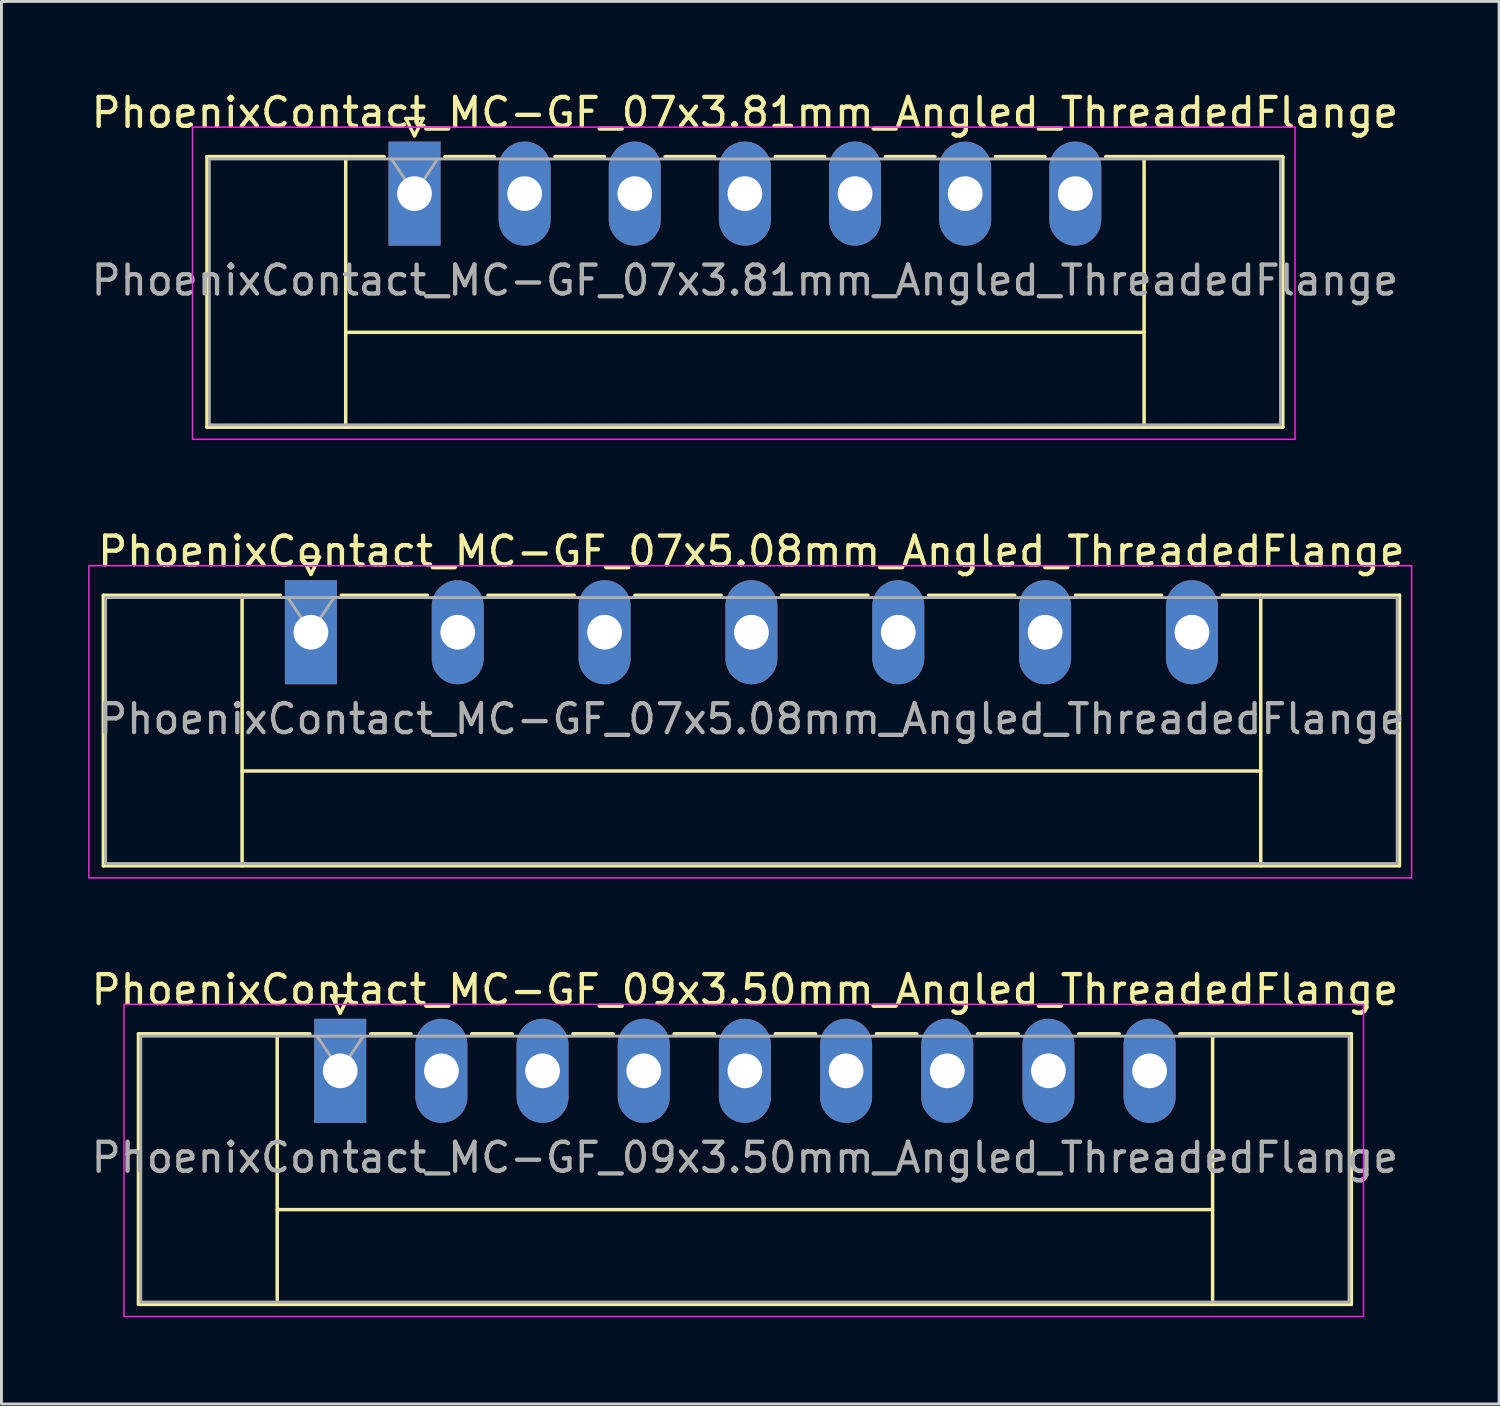
<source format=kicad_pcb>
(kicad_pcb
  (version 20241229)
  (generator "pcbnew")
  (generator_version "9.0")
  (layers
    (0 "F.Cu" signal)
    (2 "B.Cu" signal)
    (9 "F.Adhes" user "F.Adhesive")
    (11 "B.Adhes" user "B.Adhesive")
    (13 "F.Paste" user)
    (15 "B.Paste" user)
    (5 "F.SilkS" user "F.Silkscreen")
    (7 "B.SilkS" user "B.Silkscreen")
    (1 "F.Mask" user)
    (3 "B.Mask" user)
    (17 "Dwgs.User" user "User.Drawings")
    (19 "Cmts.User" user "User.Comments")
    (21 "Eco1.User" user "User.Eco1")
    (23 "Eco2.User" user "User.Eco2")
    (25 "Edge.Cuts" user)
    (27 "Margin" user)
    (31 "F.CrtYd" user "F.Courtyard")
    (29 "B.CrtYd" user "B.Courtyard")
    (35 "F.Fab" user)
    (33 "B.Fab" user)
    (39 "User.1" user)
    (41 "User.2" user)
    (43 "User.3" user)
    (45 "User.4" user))
  (footprint "PhoenixContact_MC-GF_07x3.81mm_Angled_ThreadedFlange"
    (layer "F.Cu")
    (at 11.29 3.648)
    (property "Reference" "PhoenixContact_MC-GF_07x3.81mm_Angled_ThreadedFlange" (at 11.43 -2.8 0) (layer "F.SilkS") (effects (font (size 1 1) (thickness 0.15))))
    (attr through_hole)
    (fp_line (start -7.18 -1.28) (end -7.18 8.08) (stroke (width 0.12) (type solid)) (layer "F.SilkS"))
    (fp_line (start -7.18 -1.28) (end -1.05 -1.28) (stroke (width 0.12) (type solid)) (layer "F.SilkS"))
    (fp_line (start -7.18 8.08) (end 30.04 8.08) (stroke (width 0.12) (type solid)) (layer "F.SilkS"))
    (fp_line (start -2.38 -1.28) (end -2.38 8.08) (stroke (width 0.12) (type solid)) (layer "F.SilkS"))
    (fp_line (start -2.38 4.8) (end 25.24 4.8) (stroke (width 0.12) (type solid)) (layer "F.SilkS"))
    (fp_line (start -0.3 -2.6) (end 0.3 -2.6) (stroke (width 0.12) (type solid)) (layer "F.SilkS"))
    (fp_line (start 0 -2) (end -0.3 -2.6) (stroke (width 0.12) (type solid)) (layer "F.SilkS"))
    (fp_line (start 0.3 -2.6) (end 0 -2) (stroke (width 0.12) (type solid)) (layer "F.SilkS"))
    (fp_line (start 1.05 -1.28) (end 2.76 -1.28) (stroke (width 0.12) (type solid)) (layer "F.SilkS"))
    (fp_line (start 4.86 -1.28) (end 6.57 -1.28) (stroke (width 0.12) (type solid)) (layer "F.SilkS"))
    (fp_line (start 8.67 -1.28) (end 10.38 -1.28) (stroke (width 0.12) (type solid)) (layer "F.SilkS"))
    (fp_line (start 12.48 -1.28) (end 14.19 -1.28) (stroke (width 0.12) (type solid)) (layer "F.SilkS"))
    (fp_line (start 16.29 -1.28) (end 18 -1.28) (stroke (width 0.12) (type solid)) (layer "F.SilkS"))
    (fp_line (start 20.1 -1.28) (end 21.81 -1.28) (stroke (width 0.12) (type solid)) (layer "F.SilkS"))
    (fp_line (start 25.24 -1.28) (end 25.24 8.08) (stroke (width 0.12) (type solid)) (layer "F.SilkS"))
    (fp_line (start 30.04 -1.28) (end 23.91 -1.28) (stroke (width 0.12) (type solid)) (layer "F.SilkS"))
    (fp_line (start 30.04 8.08) (end 30.04 -1.28) (stroke (width 0.12) (type solid)) (layer "F.SilkS"))
    (fp_line (start -7.68 -2.3) (end -7.68 8.5) (stroke (width 0.05) (type solid)) (layer "F.CrtYd"))
    (fp_line (start -7.68 8.5) (end 30.46 8.5) (stroke (width 0.05) (type solid)) (layer "F.CrtYd"))
    (fp_line (start 30.46 -2.3) (end -7.68 -2.3) (stroke (width 0.05) (type solid)) (layer "F.CrtYd"))
    (fp_line (start 30.46 8.5) (end 30.46 -2.3) (stroke (width 0.05) (type solid)) (layer "F.CrtYd"))
    (fp_line (start -7.1 -1.2) (end -7.1 8) (stroke (width 0.1) (type solid)) (layer "F.Fab"))
    (fp_line (start -7.1 8) (end 29.96 8) (stroke (width 0.1) (type solid)) (layer "F.Fab"))
    (fp_line (start 0 0) (end -0.8 -1.2) (stroke (width 0.1) (type solid)) (layer "F.Fab"))
    (fp_line (start 0.8 -1.2) (end 0 0) (stroke (width 0.1) (type solid)) (layer "F.Fab"))
    (fp_line (start 29.96 -1.2) (end -7.1 -1.2) (stroke (width 0.1) (type solid)) (layer "F.Fab"))
    (fp_line (start 29.96 8) (end 29.96 -1.2) (stroke (width 0.1) (type solid)) (layer "F.Fab"))
    (fp_text user "${REFERENCE}" (at 11.43 3 0) (layer "F.Fab") (effects (font (size 1 1) (thickness 0.15))))
    (pad "1" thru_hole rect (at 0 0) (size 1.8 3.6) (drill 1.2) (layers "*.Cu" "*.Mask"))
    (pad "2" thru_hole oval (at 3.81 0) (size 1.8 3.6) (drill 1.2) (layers "*.Cu" "*.Mask"))
    (pad "3" thru_hole oval (at 7.62 0) (size 1.8 3.6) (drill 1.2) (layers "*.Cu" "*.Mask"))
    (pad "4" thru_hole oval (at 11.43 0) (size 1.8 3.6) (drill 1.2) (layers "*.Cu" "*.Mask"))
    (pad "5" thru_hole oval (at 15.24 0) (size 1.8 3.6) (drill 1.2) (layers "*.Cu" "*.Mask"))
    (pad "6" thru_hole oval (at 19.05 0) (size 1.8 3.6) (drill 1.2) (layers "*.Cu" "*.Mask"))
    (pad "7" thru_hole oval (at 22.86 0) (size 1.8 3.6) (drill 1.2) (layers "*.Cu" "*.Mask")))
  (footprint "PhoenixContact_MC-GF_09x3.50mm_Angled_ThreadedFlange"
    (layer "F.Cu")
    (at 8.72 33.995)
    (property "Reference" "PhoenixContact_MC-GF_09x3.50mm_Angled_ThreadedFlange" (at 14 -2.8 0) (layer "F.SilkS") (effects (font (size 1 1) (thickness 0.15))))
    (attr through_hole)
    (fp_line (start -6.98 -1.28) (end -6.98 8.08) (stroke (width 0.12) (type solid)) (layer "F.SilkS"))
    (fp_line (start -6.98 -1.28) (end -1.05 -1.28) (stroke (width 0.12) (type solid)) (layer "F.SilkS"))
    (fp_line (start -6.98 8.08) (end 34.98 8.08) (stroke (width 0.12) (type solid)) (layer "F.SilkS"))
    (fp_line (start -2.18 -1.28) (end -2.18 8.08) (stroke (width 0.12) (type solid)) (layer "F.SilkS"))
    (fp_line (start -2.18 4.8) (end 30.18 4.8) (stroke (width 0.12) (type solid)) (layer "F.SilkS"))
    (fp_line (start -0.3 -2.6) (end 0.3 -2.6) (stroke (width 0.12) (type solid)) (layer "F.SilkS"))
    (fp_line (start 0 -2) (end -0.3 -2.6) (stroke (width 0.12) (type solid)) (layer "F.SilkS"))
    (fp_line (start 0.3 -2.6) (end 0 -2) (stroke (width 0.12) (type solid)) (layer "F.SilkS"))
    (fp_line (start 1.05 -1.28) (end 2.45 -1.28) (stroke (width 0.12) (type solid)) (layer "F.SilkS"))
    (fp_line (start 4.55 -1.28) (end 5.95 -1.28) (stroke (width 0.12) (type solid)) (layer "F.SilkS"))
    (fp_line (start 8.05 -1.28) (end 9.45 -1.28) (stroke (width 0.12) (type solid)) (layer "F.SilkS"))
    (fp_line (start 11.55 -1.28) (end 12.95 -1.28) (stroke (width 0.12) (type solid)) (layer "F.SilkS"))
    (fp_line (start 15.05 -1.28) (end 16.45 -1.28) (stroke (width 0.12) (type solid)) (layer "F.SilkS"))
    (fp_line (start 18.55 -1.28) (end 19.95 -1.28) (stroke (width 0.12) (type solid)) (layer "F.SilkS"))
    (fp_line (start 22.05 -1.28) (end 23.45 -1.28) (stroke (width 0.12) (type solid)) (layer "F.SilkS"))
    (fp_line (start 25.55 -1.28) (end 26.95 -1.28) (stroke (width 0.12) (type solid)) (layer "F.SilkS"))
    (fp_line (start 30.18 -1.28) (end 30.18 8.08) (stroke (width 0.12) (type solid)) (layer "F.SilkS"))
    (fp_line (start 34.98 -1.28) (end 29.05 -1.28) (stroke (width 0.12) (type solid)) (layer "F.SilkS"))
    (fp_line (start 34.98 8.08) (end 34.98 -1.28) (stroke (width 0.12) (type solid)) (layer "F.SilkS"))
    (fp_line (start -7.48 -2.3) (end -7.48 8.5) (stroke (width 0.05) (type solid)) (layer "F.CrtYd"))
    (fp_line (start -7.48 8.5) (end 35.4 8.5) (stroke (width 0.05) (type solid)) (layer "F.CrtYd"))
    (fp_line (start 35.4 -2.3) (end -7.48 -2.3) (stroke (width 0.05) (type solid)) (layer "F.CrtYd"))
    (fp_line (start 35.4 8.5) (end 35.4 -2.3) (stroke (width 0.05) (type solid)) (layer "F.CrtYd"))
    (fp_line (start -6.9 -1.2) (end -6.9 8) (stroke (width 0.1) (type solid)) (layer "F.Fab"))
    (fp_line (start -6.9 8) (end 34.9 8) (stroke (width 0.1) (type solid)) (layer "F.Fab"))
    (fp_line (start 0 0) (end -0.8 -1.2) (stroke (width 0.1) (type solid)) (layer "F.Fab"))
    (fp_line (start 0.8 -1.2) (end 0 0) (stroke (width 0.1) (type solid)) (layer "F.Fab"))
    (fp_line (start 34.9 -1.2) (end -6.9 -1.2) (stroke (width 0.1) (type solid)) (layer "F.Fab"))
    (fp_line (start 34.9 8) (end 34.9 -1.2) (stroke (width 0.1) (type solid)) (layer "F.Fab"))
    (fp_text user "${REFERENCE}" (at 14 3 0) (layer "F.Fab") (effects (font (size 1 1) (thickness 0.15))))
    (pad "1" thru_hole rect (at 0 0) (size 1.8 3.6) (drill 1.2) (layers "*.Cu" "*.Mask"))
    (pad "2" thru_hole oval (at 3.5 0) (size 1.8 3.6) (drill 1.2) (layers "*.Cu" "*.Mask"))
    (pad "3" thru_hole oval (at 7 0) (size 1.8 3.6) (drill 1.2) (layers "*.Cu" "*.Mask"))
    (pad "4" thru_hole oval (at 10.5 0) (size 1.8 3.6) (drill 1.2) (layers "*.Cu" "*.Mask"))
    (pad "5" thru_hole oval (at 14 0) (size 1.8 3.6) (drill 1.2) (layers "*.Cu" "*.Mask"))
    (pad "6" thru_hole oval (at 17.5 0) (size 1.8 3.6) (drill 1.2) (layers "*.Cu" "*.Mask"))
    (pad "7" thru_hole oval (at 21 0) (size 1.8 3.6) (drill 1.2) (layers "*.Cu" "*.Mask"))
    (pad "8" thru_hole oval (at 24.5 0) (size 1.8 3.6) (drill 1.2) (layers "*.Cu" "*.Mask"))
    (pad "9" thru_hole oval (at 28 0) (size 1.8 3.6) (drill 1.2) (layers "*.Cu" "*.Mask")))
  (footprint "PhoenixContact_MC-GF_07x5.08mm_Angled_ThreadedFlange"
    (layer "F.Cu")
    (at 7.705 18.822)
    (property "Reference" "PhoenixContact_MC-GF_07x5.08mm_Angled_ThreadedFlange" (at 15.24 -2.8 0) (layer "F.SilkS") (effects (font (size 1 1) (thickness 0.15))))
    (attr through_hole)
    (fp_line (start -7.18 -1.28) (end -7.18 8.08) (stroke (width 0.12) (type solid)) (layer "F.SilkS"))
    (fp_line (start -7.18 -1.28) (end -1.05 -1.28) (stroke (width 0.12) (type solid)) (layer "F.SilkS"))
    (fp_line (start -7.18 8.08) (end 37.66 8.08) (stroke (width 0.12) (type solid)) (layer "F.SilkS"))
    (fp_line (start -2.38 -1.28) (end -2.38 8.08) (stroke (width 0.12) (type solid)) (layer "F.SilkS"))
    (fp_line (start -2.38 4.8) (end 32.86 4.8) (stroke (width 0.12) (type solid)) (layer "F.SilkS"))
    (fp_line (start -0.3 -2.6) (end 0.3 -2.6) (stroke (width 0.12) (type solid)) (layer "F.SilkS"))
    (fp_line (start 0 -2) (end -0.3 -2.6) (stroke (width 0.12) (type solid)) (layer "F.SilkS"))
    (fp_line (start 0.3 -2.6) (end 0 -2) (stroke (width 0.12) (type solid)) (layer "F.SilkS"))
    (fp_line (start 1.05 -1.28) (end 4.03 -1.28) (stroke (width 0.12) (type solid)) (layer "F.SilkS"))
    (fp_line (start 6.13 -1.28) (end 9.11 -1.28) (stroke (width 0.12) (type solid)) (layer "F.SilkS"))
    (fp_line (start 11.21 -1.28) (end 14.19 -1.28) (stroke (width 0.12) (type solid)) (layer "F.SilkS"))
    (fp_line (start 16.29 -1.28) (end 19.27 -1.28) (stroke (width 0.12) (type solid)) (layer "F.SilkS"))
    (fp_line (start 21.37 -1.28) (end 24.35 -1.28) (stroke (width 0.12) (type solid)) (layer "F.SilkS"))
    (fp_line (start 26.45 -1.28) (end 29.43 -1.28) (stroke (width 0.12) (type solid)) (layer "F.SilkS"))
    (fp_line (start 32.86 -1.28) (end 32.86 8.08) (stroke (width 0.12) (type solid)) (layer "F.SilkS"))
    (fp_line (start 37.66 -1.28) (end 31.53 -1.28) (stroke (width 0.12) (type solid)) (layer "F.SilkS"))
    (fp_line (start 37.66 8.08) (end 37.66 -1.28) (stroke (width 0.12) (type solid)) (layer "F.SilkS"))
    (fp_line (start -7.68 -2.3) (end -7.68 8.5) (stroke (width 0.05) (type solid)) (layer "F.CrtYd"))
    (fp_line (start -7.68 8.5) (end 38.08 8.5) (stroke (width 0.05) (type solid)) (layer "F.CrtYd"))
    (fp_line (start 38.08 -2.3) (end -7.68 -2.3) (stroke (width 0.05) (type solid)) (layer "F.CrtYd"))
    (fp_line (start 38.08 8.5) (end 38.08 -2.3) (stroke (width 0.05) (type solid)) (layer "F.CrtYd"))
    (fp_line (start -7.1 -1.2) (end -7.1 8) (stroke (width 0.1) (type solid)) (layer "F.Fab"))
    (fp_line (start -7.1 8) (end 37.58 8) (stroke (width 0.1) (type solid)) (layer "F.Fab"))
    (fp_line (start 0 0) (end -0.8 -1.2) (stroke (width 0.1) (type solid)) (layer "F.Fab"))
    (fp_line (start 0.8 -1.2) (end 0 0) (stroke (width 0.1) (type solid)) (layer "F.Fab"))
    (fp_line (start 37.58 -1.2) (end -7.1 -1.2) (stroke (width 0.1) (type solid)) (layer "F.Fab"))
    (fp_line (start 37.58 8) (end 37.58 -1.2) (stroke (width 0.1) (type solid)) (layer "F.Fab"))
    (fp_text user "${REFERENCE}" (at 15.24 3 0) (layer "F.Fab") (effects (font (size 1 1) (thickness 0.15))))
    (pad "1" thru_hole rect (at 0 0) (size 1.8 3.6) (drill 1.2) (layers "*.Cu" "*.Mask"))
    (pad "2" thru_hole oval (at 5.08 0) (size 1.8 3.6) (drill 1.2) (layers "*.Cu" "*.Mask"))
    (pad "3" thru_hole oval (at 10.16 0) (size 1.8 3.6) (drill 1.2) (layers "*.Cu" "*.Mask"))
    (pad "4" thru_hole oval (at 15.24 0) (size 1.8 3.6) (drill 1.2) (layers "*.Cu" "*.Mask"))
    (pad "5" thru_hole oval (at 20.32 0) (size 1.8 3.6) (drill 1.2) (layers "*.Cu" "*.Mask"))
    (pad "6" thru_hole oval (at 25.4 0) (size 1.8 3.6) (drill 1.2) (layers "*.Cu" "*.Mask"))
    (pad "7" thru_hole oval (at 30.48 0) (size 1.8 3.6) (drill 1.2) (layers "*.Cu" "*.Mask")))
  (gr_rect
    (start -3 -3)
    (end 48.81 45.52)
    (stroke (width 0.1) (type default))
    (fill no)
    (layer "Edge.Cuts")))
</source>
